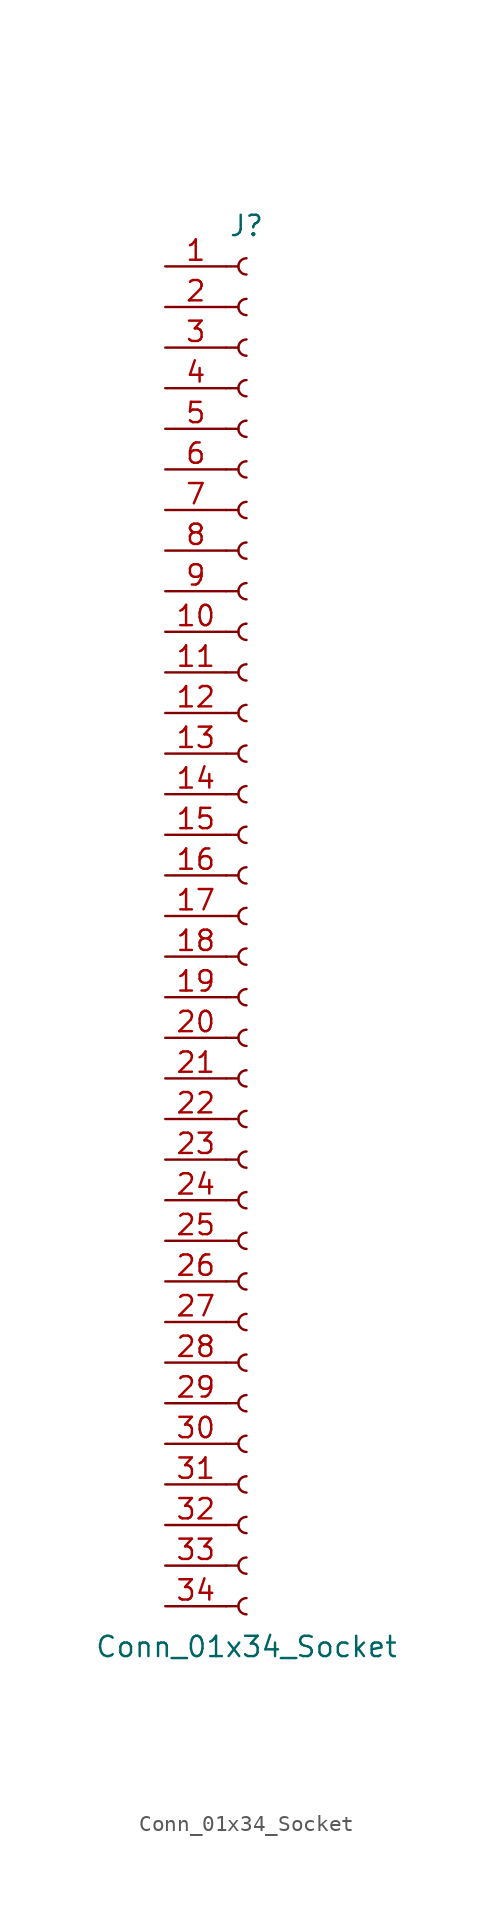
<source format=kicad_sym>
(kicad_symbol_lib
  (version 20220914)
  (generator kicad_symbol_editor)
  (symbol "Conn_01x34_Socket"
    (pin_names
      (offset 1.016) hide)
    (property "Reference" "J"
      (at 0 43.18 0)
      (effects (font (size 1.27 1.27))))
    (property "Value" "Conn_01x34_Socket"
      (at 0 -45.72 0)
      (effects (font (size 1.27 1.27))))
    (property "ki_locked" ""
      (at 0 0 0)
      (effects (font (size 1.27 1.27))))
    (symbol "Conn_01x34_Socket_1_1"
      (arc (start 0 -42.672) (mid -0.5058 -43.18) (end 0 -43.688) (stroke (width 0.1524) (type default)) (fill (type none)))
      (arc (start 0 -40.132) (mid -0.5058 -40.64) (end 0 -41.148) (stroke (width 0.1524) (type default)) (fill (type none)))
      (arc (start 0 -37.592) (mid -0.5058 -38.1) (end 0 -38.608) (stroke (width 0.1524) (type default)) (fill (type none)))
      (arc (start 0 -35.052) (mid -0.5058 -35.56) (end 0 -36.068) (stroke (width 0.1524) (type default)) (fill (type none)))
      (arc (start 0 -32.512) (mid -0.5058 -33.02) (end 0 -33.528) (stroke (width 0.1524) (type default)) (fill (type none)))
      (arc (start 0 -29.972) (mid -0.5058 -30.48) (end 0 -30.988) (stroke (width 0.1524) (type default)) (fill (type none)))
      (arc (start 0 -27.432) (mid -0.5058 -27.94) (end 0 -28.448) (stroke (width 0.1524) (type default)) (fill (type none)))
      (arc (start 0 -24.892) (mid -0.5058 -25.4) (end 0 -25.908) (stroke (width 0.1524) (type default)) (fill (type none)))
      (arc (start 0 -22.352) (mid -0.5058 -22.86) (end 0 -23.368) (stroke (width 0.1524) (type default)) (fill (type none)))
      (arc (start 0 -19.812) (mid -0.5058 -20.32) (end 0 -20.828) (stroke (width 0.1524) (type default)) (fill (type none)))
      (arc (start 0 -17.272) (mid -0.5058 -17.78) (end 0 -18.288) (stroke (width 0.1524) (type default)) (fill (type none)))
      (arc (start 0 -14.732) (mid -0.5058 -15.24) (end 0 -15.748) (stroke (width 0.1524) (type default)) (fill (type none)))
      (arc (start 0 -12.192) (mid -0.5058 -12.7) (end 0 -13.208) (stroke (width 0.1524) (type default)) (fill (type none)))
      (arc (start 0 -9.652) (mid -0.5058 -10.16) (end 0 -10.668) (stroke (width 0.1524) (type default)) (fill (type none)))
      (arc (start 0 -7.112) (mid -0.5058 -7.62) (end 0 -8.128) (stroke (width 0.1524) (type default)) (fill (type none)))
      (arc (start 0 -4.572) (mid -0.5058 -5.08) (end 0 -5.588) (stroke (width 0.1524) (type default)) (fill (type none)))
      (arc (start 0 -2.032) (mid -0.5058 -2.54) (end 0 -3.048) (stroke (width 0.1524) (type default)) (fill (type none)))
      (polyline (pts (xy -1.27 -43.18) (xy -0.508 -43.18)) (stroke (width 0.152) (type default)) (fill (type none)))
      (polyline (pts (xy -1.27 -40.64) (xy -0.508 -40.64)) (stroke (width 0.152) (type default)) (fill (type none)))
      (polyline (pts (xy -1.27 -38.1) (xy -0.508 -38.1)) (stroke (width 0.152) (type default)) (fill (type none)))
      (polyline (pts (xy -1.27 -35.56) (xy -0.508 -35.56)) (stroke (width 0.152) (type default)) (fill (type none)))
      (polyline (pts (xy -1.27 -33.02) (xy -0.508 -33.02)) (stroke (width 0.152) (type default)) (fill (type none)))
      (polyline (pts (xy -1.27 -30.48) (xy -0.508 -30.48)) (stroke (width 0.152) (type default)) (fill (type none)))
      (polyline (pts (xy -1.27 -27.94) (xy -0.508 -27.94)) (stroke (width 0.152) (type default)) (fill (type none)))
      (polyline (pts (xy -1.27 -25.4) (xy -0.508 -25.4)) (stroke (width 0.152) (type default)) (fill (type none)))
      (polyline (pts (xy -1.27 -22.86) (xy -0.508 -22.86)) (stroke (width 0.152) (type default)) (fill (type none)))
      (polyline (pts (xy -1.27 -20.32) (xy -0.508 -20.32)) (stroke (width 0.152) (type default)) (fill (type none)))
      (polyline (pts (xy -1.27 -17.78) (xy -0.508 -17.78)) (stroke (width 0.152) (type default)) (fill (type none)))
      (polyline (pts (xy -1.27 -15.24) (xy -0.508 -15.24)) (stroke (width 0.152) (type default)) (fill (type none)))
      (polyline (pts (xy -1.27 -12.7) (xy -0.508 -12.7)) (stroke (width 0.152) (type default)) (fill (type none)))
      (polyline (pts (xy -1.27 -10.16) (xy -0.508 -10.16)) (stroke (width 0.152) (type default)) (fill (type none)))
      (polyline (pts (xy -1.27 -7.62) (xy -0.508 -7.62)) (stroke (width 0.152) (type default)) (fill (type none)))
      (polyline (pts (xy -1.27 -5.08) (xy -0.508 -5.08)) (stroke (width 0.152) (type default)) (fill (type none)))
      (polyline (pts (xy -1.27 -2.54) (xy -0.508 -2.54)) (stroke (width 0.152) (type default)) (fill (type none)))
      (polyline (pts (xy -1.27 0) (xy -0.508 0)) (stroke (width 0.152) (type default)) (fill (type none)))
      (polyline (pts (xy -1.27 2.54) (xy -0.508 2.54)) (stroke (width 0.152) (type default)) (fill (type none)))
      (polyline (pts (xy -1.27 5.08) (xy -0.508 5.08)) (stroke (width 0.152) (type default)) (fill (type none)))
      (polyline (pts (xy -1.27 7.62) (xy -0.508 7.62)) (stroke (width 0.152) (type default)) (fill (type none)))
      (polyline (pts (xy -1.27 10.16) (xy -0.508 10.16)) (stroke (width 0.152) (type default)) (fill (type none)))
      (polyline (pts (xy -1.27 12.7) (xy -0.508 12.7)) (stroke (width 0.152) (type default)) (fill (type none)))
      (polyline (pts (xy -1.27 15.24) (xy -0.508 15.24)) (stroke (width 0.152) (type default)) (fill (type none)))
      (polyline (pts (xy -1.27 17.78) (xy -0.508 17.78)) (stroke (width 0.152) (type default)) (fill (type none)))
      (polyline (pts (xy -1.27 20.32) (xy -0.508 20.32)) (stroke (width 0.152) (type default)) (fill (type none)))
      (polyline (pts (xy -1.27 22.86) (xy -0.508 22.86)) (stroke (width 0.152) (type default)) (fill (type none)))
      (polyline (pts (xy -1.27 25.4) (xy -0.508 25.4)) (stroke (width 0.152) (type default)) (fill (type none)))
      (polyline (pts (xy -1.27 27.94) (xy -0.508 27.94)) (stroke (width 0.152) (type default)) (fill (type none)))
      (polyline (pts (xy -1.27 30.48) (xy -0.508 30.48)) (stroke (width 0.152) (type default)) (fill (type none)))
      (polyline (pts (xy -1.27 33.02) (xy -0.508 33.02)) (stroke (width 0.152) (type default)) (fill (type none)))
      (polyline (pts (xy -1.27 35.56) (xy -0.508 35.56)) (stroke (width 0.152) (type default)) (fill (type none)))
      (polyline (pts (xy -1.27 38.1) (xy -0.508 38.1)) (stroke (width 0.152) (type default)) (fill (type none)))
      (polyline (pts (xy -1.27 40.64) (xy -0.508 40.64)) (stroke (width 0.152) (type default)) (fill (type none)))
      (arc (start 0 0.508) (mid -0.5058 0) (end 0 -0.508) (stroke (width 0.1524) (type default)) (fill (type none)))
      (arc (start 0 3.048) (mid -0.5058 2.54) (end 0 2.032) (stroke (width 0.1524) (type default)) (fill (type none)))
      (arc (start 0 5.588) (mid -0.5058 5.08) (end 0 4.572) (stroke (width 0.1524) (type default)) (fill (type none)))
      (arc (start 0 8.128) (mid -0.5058 7.62) (end 0 7.112) (stroke (width 0.1524) (type default)) (fill (type none)))
      (arc (start 0 10.668) (mid -0.5058 10.16) (end 0 9.652) (stroke (width 0.1524) (type default)) (fill (type none)))
      (arc (start 0 13.208) (mid -0.5058 12.7) (end 0 12.192) (stroke (width 0.1524) (type default)) (fill (type none)))
      (arc (start 0 15.748) (mid -0.5058 15.24) (end 0 14.732) (stroke (width 0.1524) (type default)) (fill (type none)))
      (arc (start 0 18.288) (mid -0.5058 17.78) (end 0 17.272) (stroke (width 0.1524) (type default)) (fill (type none)))
      (arc (start 0 20.828) (mid -0.5058 20.32) (end 0 19.812) (stroke (width 0.1524) (type default)) (fill (type none)))
      (arc (start 0 23.368) (mid -0.5058 22.86) (end 0 22.352) (stroke (width 0.1524) (type default)) (fill (type none)))
      (arc (start 0 25.908) (mid -0.5058 25.4) (end 0 24.892) (stroke (width 0.1524) (type default)) (fill (type none)))
      (arc (start 0 28.448) (mid -0.5058 27.94) (end 0 27.432) (stroke (width 0.1524) (type default)) (fill (type none)))
      (arc (start 0 30.988) (mid -0.5058 30.48) (end 0 29.972) (stroke (width 0.1524) (type default)) (fill (type none)))
      (arc (start 0 33.528) (mid -0.5058 33.02) (end 0 32.512) (stroke (width 0.1524) (type default)) (fill (type none)))
      (arc (start 0 36.068) (mid -0.5058 35.56) (end 0 35.052) (stroke (width 0.1524) (type default)) (fill (type none)))
      (arc (start 0 38.608) (mid -0.5058 38.1) (end 0 37.592) (stroke (width 0.1524) (type default)) (fill (type none)))
      (arc (start 0 41.148) (mid -0.5058 40.64) (end 0 40.132) (stroke (width 0.1524) (type default)) (fill (type none)))
      (pin passive line (at -5.08 40.64 0) (length 3.81) (name "Pin_1" (effects (font (size 1.27 1.27)))) (number "1" (effects (font (size 1.27 1.27)))))
      (pin passive line (at -5.08 17.78 0) (length 3.81) (name "Pin_10" (effects (font (size 1.27 1.27)))) (number "10" (effects (font (size 1.27 1.27)))))
      (pin passive line (at -5.08 15.24 0) (length 3.81) (name "Pin_11" (effects (font (size 1.27 1.27)))) (number "11" (effects (font (size 1.27 1.27)))))
      (pin passive line (at -5.08 12.7 0) (length 3.81) (name "Pin_12" (effects (font (size 1.27 1.27)))) (number "12" (effects (font (size 1.27 1.27)))))
      (pin passive line (at -5.08 10.16 0) (length 3.81) (name "Pin_13" (effects (font (size 1.27 1.27)))) (number "13" (effects (font (size 1.27 1.27)))))
      (pin passive line (at -5.08 7.62 0) (length 3.81) (name "Pin_14" (effects (font (size 1.27 1.27)))) (number "14" (effects (font (size 1.27 1.27)))))
      (pin passive line (at -5.08 5.08 0) (length 3.81) (name "Pin_15" (effects (font (size 1.27 1.27)))) (number "15" (effects (font (size 1.27 1.27)))))
      (pin passive line (at -5.08 2.54 0) (length 3.81) (name "Pin_16" (effects (font (size 1.27 1.27)))) (number "16" (effects (font (size 1.27 1.27)))))
      (pin passive line (at -5.08 0 0) (length 3.81) (name "Pin_17" (effects (font (size 1.27 1.27)))) (number "17" (effects (font (size 1.27 1.27)))))
      (pin passive line (at -5.08 -2.54 0) (length 3.81) (name "Pin_18" (effects (font (size 1.27 1.27)))) (number "18" (effects (font (size 1.27 1.27)))))
      (pin passive line (at -5.08 -5.08 0) (length 3.81) (name "Pin_19" (effects (font (size 1.27 1.27)))) (number "19" (effects (font (size 1.27 1.27)))))
      (pin passive line (at -5.08 38.1 0) (length 3.81) (name "Pin_2" (effects (font (size 1.27 1.27)))) (number "2" (effects (font (size 1.27 1.27)))))
      (pin passive line (at -5.08 -7.62 0) (length 3.81) (name "Pin_20" (effects (font (size 1.27 1.27)))) (number "20" (effects (font (size 1.27 1.27)))))
      (pin passive line (at -5.08 -10.16 0) (length 3.81) (name "Pin_21" (effects (font (size 1.27 1.27)))) (number "21" (effects (font (size 1.27 1.27)))))
      (pin passive line (at -5.08 -12.7 0) (length 3.81) (name "Pin_22" (effects (font (size 1.27 1.27)))) (number "22" (effects (font (size 1.27 1.27)))))
      (pin passive line (at -5.08 -15.24 0) (length 3.81) (name "Pin_23" (effects (font (size 1.27 1.27)))) (number "23" (effects (font (size 1.27 1.27)))))
      (pin passive line (at -5.08 -17.78 0) (length 3.81) (name "Pin_24" (effects (font (size 1.27 1.27)))) (number "24" (effects (font (size 1.27 1.27)))))
      (pin passive line (at -5.08 -20.32 0) (length 3.81) (name "Pin_25" (effects (font (size 1.27 1.27)))) (number "25" (effects (font (size 1.27 1.27)))))
      (pin passive line (at -5.08 -22.86 0) (length 3.81) (name "Pin_26" (effects (font (size 1.27 1.27)))) (number "26" (effects (font (size 1.27 1.27)))))
      (pin passive line (at -5.08 -25.4 0) (length 3.81) (name "Pin_27" (effects (font (size 1.27 1.27)))) (number "27" (effects (font (size 1.27 1.27)))))
      (pin passive line (at -5.08 -27.94 0) (length 3.81) (name "Pin_28" (effects (font (size 1.27 1.27)))) (number "28" (effects (font (size 1.27 1.27)))))
      (pin passive line (at -5.08 -30.48 0) (length 3.81) (name "Pin_29" (effects (font (size 1.27 1.27)))) (number "29" (effects (font (size 1.27 1.27)))))
      (pin passive line (at -5.08 35.56 0) (length 3.81) (name "Pin_3" (effects (font (size 1.27 1.27)))) (number "3" (effects (font (size 1.27 1.27)))))
      (pin passive line (at -5.08 -33.02 0) (length 3.81) (name "Pin_30" (effects (font (size 1.27 1.27)))) (number "30" (effects (font (size 1.27 1.27)))))
      (pin passive line (at -5.08 -35.56 0) (length 3.81) (name "Pin_31" (effects (font (size 1.27 1.27)))) (number "31" (effects (font (size 1.27 1.27)))))
      (pin passive line (at -5.08 -38.1 0) (length 3.81) (name "Pin_32" (effects (font (size 1.27 1.27)))) (number "32" (effects (font (size 1.27 1.27)))))
      (pin passive line (at -5.08 -40.64 0) (length 3.81) (name "Pin_33" (effects (font (size 1.27 1.27)))) (number "33" (effects (font (size 1.27 1.27)))))
      (pin passive line (at -5.08 -43.18 0) (length 3.81) (name "Pin_34" (effects (font (size 1.27 1.27)))) (number "34" (effects (font (size 1.27 1.27)))))
      (pin passive line (at -5.08 33.02 0) (length 3.81) (name "Pin_4" (effects (font (size 1.27 1.27)))) (number "4" (effects (font (size 1.27 1.27)))))
      (pin passive line (at -5.08 30.48 0) (length 3.81) (name "Pin_5" (effects (font (size 1.27 1.27)))) (number "5" (effects (font (size 1.27 1.27)))))
      (pin passive line (at -5.08 27.94 0) (length 3.81) (name "Pin_6" (effects (font (size 1.27 1.27)))) (number "6" (effects (font (size 1.27 1.27)))))
      (pin passive line (at -5.08 25.4 0) (length 3.81) (name "Pin_7" (effects (font (size 1.27 1.27)))) (number "7" (effects (font (size 1.27 1.27)))))
      (pin passive line (at -5.08 22.86 0) (length 3.81) (name "Pin_8" (effects (font (size 1.27 1.27)))) (number "8" (effects (font (size 1.27 1.27)))))
      (pin passive line (at -5.08 20.32 0) (length 3.81) (name "Pin_9" (effects (font (size 1.27 1.27)))) (number "9" (effects (font (size 1.27 1.27))))))))
</source>
